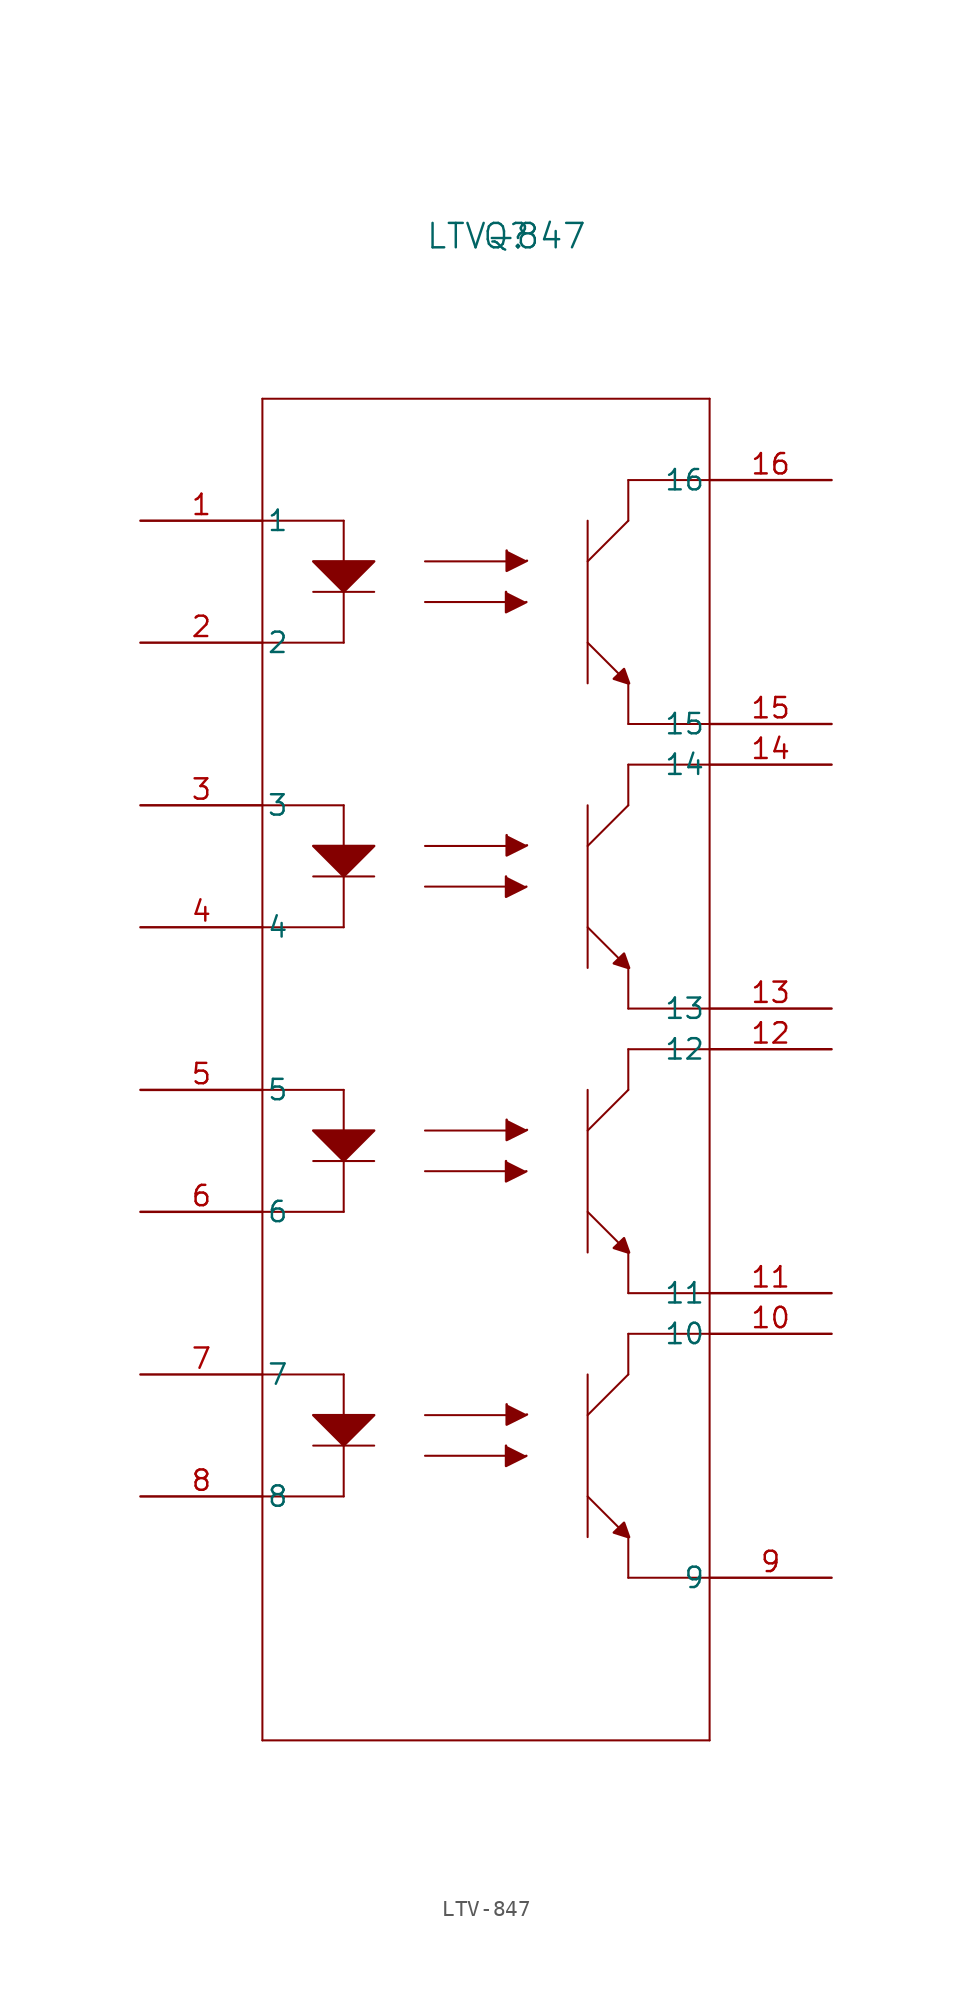
<source format=kicad_sym>
(kicad_symbol_lib
  (version 20211014)
  (generator kicad_symbol_editor)
  (symbol "LTV-847"
    (pin_names
      (offset 0.254))
    (property "Reference" "Q"
      (at 22.86 17.78 0)
      (effects (font (size 1.524 1.524))))
    (property "Value" "LTV-847"
      (at 22.86 17.78 0)
      (effects (font (size 1.524 1.524))))
    (symbol "LTV-847_0_1"
      (polyline (pts (xy 30.48 0) (xy 30.48 2.54)) (stroke (width 0.127) (type default) (color 0 0 0 0)) (fill (type none)))
      (polyline (pts (xy 27.94 -10.16) (xy 27.94 0)) (stroke (width 0.127) (type default) (color 0 0 0 0)) (fill (type none)))
      (polyline (pts (xy 30.48 0) (xy 27.94 -2.54)) (stroke (width 0.127) (type default) (color 0 0 0 0)) (fill (type none)))
      (polyline (pts (xy 7.62 7.62) (xy 7.62 -76.2)) (stroke (width 0.127) (type default) (color 0 0 0 0)) (fill (type none)))
      (polyline (pts (xy 27.94 -7.62) (xy 30.48 -10.16)) (stroke (width 0.127) (type default) (color 0 0 0 0)) (fill (type none)))
      (polyline (pts (xy 7.62 -76.2) (xy 35.56 -76.2)) (stroke (width 0.127) (type default) (color 0 0 0 0)) (fill (type none)))
      (polyline (pts (xy 17.78 -5.08) (xy 22.86 -5.08)) (stroke (width 0.127) (type default) (color 0 0 0 0)) (fill (type none)))
      (polyline (pts (xy 17.78 -2.54) (xy 22.86 -2.54)) (stroke (width 0.127) (type default) (color 0 0 0 0)) (fill (type none)))
      (polyline (pts (xy 35.56 -12.7) (xy 30.48 -12.7)) (stroke (width 0.127) (type default) (color 0 0 0 0)) (fill (type none)))
      (polyline (pts (xy 35.56 -76.2) (xy 35.56 7.62)) (stroke (width 0.127) (type default) (color 0 0 0 0)) (fill (type none)))
      (polyline (pts (xy 30.48 2.54) (xy 35.56 2.54)) (stroke (width 0.127) (type default) (color 0 0 0 0)) (fill (type none)))
      (polyline (pts (xy 35.56 7.62) (xy 7.62 7.62)) (stroke (width 0.127) (type default) (color 0 0 0 0)) (fill (type none)))
      (polyline (pts (xy 12.7 0) (xy 12.7 -7.62)) (stroke (width 0.127) (type default) (color 0 0 0 0)) (fill (type none)))
      (polyline (pts (xy 10.795 -4.445) (xy 14.605 -4.445)) (stroke (width 0.127) (type default) (color 0 0 0 0)) (fill (type none)))
      (polyline (pts (xy 12.7 0) (xy 7.62 0)) (stroke (width 0.127) (type default) (color 0 0 0 0)) (fill (type none)))
      (polyline (pts (xy 12.7 -7.62) (xy 7.62 -7.62)) (stroke (width 0.127) (type default) (color 0 0 0 0)) (fill (type none)))
      (polyline (pts (xy 30.48 -10.16) (xy 30.48 -12.7)) (stroke (width 0.127) (type default) (color 0 0 0 0)) (fill (type none)))
      (polyline (pts (xy 30.442 -10.153) (xy 29.575 -9.877) (xy 30.214 -9.265) (xy 30.531 -10.159)) (stroke (width 0) (type default) (color 0 0 0 0)) (fill (type outline)))
      (polyline (pts (xy 24.15 -2.499) (xy 22.88 -3.134) (xy 22.88 -1.864)) (stroke (width 0) (type default) (color 0 0 0 0)) (fill (type outline)))
      (polyline (pts (xy 24.11 -5.083) (xy 22.84 -5.718) (xy 22.84 -4.448)) (stroke (width 0) (type default) (color 0 0 0 0)) (fill (type outline)))
      (polyline (pts (xy 14.605 -2.54) (xy 10.795 -2.54) (xy 12.7 -4.445) (xy 14.605 -2.54)) (stroke (width 0) (type default) (color 0 0 0 0)) (fill (type outline)))
      (polyline (pts (xy 30.48 -17.78) (xy 30.48 -15.24)) (stroke (width 0.127) (type default) (color 0 0 0 0)) (fill (type none)))
      (polyline (pts (xy 27.94 -27.94) (xy 27.94 -17.78)) (stroke (width 0.127) (type default) (color 0 0 0 0)) (fill (type none)))
      (polyline (pts (xy 30.48 -17.78) (xy 27.94 -20.32)) (stroke (width 0.127) (type default) (color 0 0 0 0)) (fill (type none)))
      (polyline (pts (xy 27.94 -25.4) (xy 30.48 -27.94)) (stroke (width 0.127) (type default) (color 0 0 0 0)) (fill (type none)))
      (polyline (pts (xy 17.78 -22.86) (xy 22.86 -22.86)) (stroke (width 0.127) (type default) (color 0 0 0 0)) (fill (type none)))
      (polyline (pts (xy 17.78 -20.32) (xy 22.86 -20.32)) (stroke (width 0.127) (type default) (color 0 0 0 0)) (fill (type none)))
      (polyline (pts (xy 35.56 -30.48) (xy 30.48 -30.48)) (stroke (width 0.127) (type default) (color 0 0 0 0)) (fill (type none)))
      (polyline (pts (xy 30.48 -15.24) (xy 35.56 -15.24)) (stroke (width 0.127) (type default) (color 0 0 0 0)) (fill (type none)))
      (polyline (pts (xy 12.7 -17.78) (xy 12.7 -25.4)) (stroke (width 0.127) (type default) (color 0 0 0 0)) (fill (type none)))
      (polyline (pts (xy 10.795 -22.225) (xy 14.605 -22.225)) (stroke (width 0.127) (type default) (color 0 0 0 0)) (fill (type none)))
      (polyline (pts (xy 12.7 -17.78) (xy 7.62 -17.78)) (stroke (width 0.127) (type default) (color 0 0 0 0)) (fill (type none)))
      (polyline (pts (xy 12.7 -25.4) (xy 7.62 -25.4)) (stroke (width 0.127) (type default) (color 0 0 0 0)) (fill (type none)))
      (polyline (pts (xy 30.48 -27.94) (xy 30.48 -30.48)) (stroke (width 0.127) (type default) (color 0 0 0 0)) (fill (type none)))
      (polyline (pts (xy 30.442 -27.933) (xy 29.575 -27.657) (xy 30.214 -27.045) (xy 30.531 -27.939)) (stroke (width 0) (type default) (color 0 0 0 0)) (fill (type outline)))
      (polyline (pts (xy 24.15 -20.279) (xy 22.88 -20.914) (xy 22.88 -19.644)) (stroke (width 0) (type default) (color 0 0 0 0)) (fill (type outline)))
      (polyline (pts (xy 24.11 -22.863) (xy 22.84 -23.498) (xy 22.84 -22.228)) (stroke (width 0) (type default) (color 0 0 0 0)) (fill (type outline)))
      (polyline (pts (xy 14.605 -20.32) (xy 10.795 -20.32) (xy 12.7 -22.225) (xy 14.605 -20.32)) (stroke (width 0) (type default) (color 0 0 0 0)) (fill (type outline)))
      (polyline (pts (xy 30.48 -35.56) (xy 30.48 -33.02)) (stroke (width 0.127) (type default) (color 0 0 0 0)) (fill (type none)))
      (polyline (pts (xy 27.94 -45.72) (xy 27.94 -35.56)) (stroke (width 0.127) (type default) (color 0 0 0 0)) (fill (type none)))
      (polyline (pts (xy 30.48 -35.56) (xy 27.94 -38.1)) (stroke (width 0.127) (type default) (color 0 0 0 0)) (fill (type none)))
      (polyline (pts (xy 27.94 -43.18) (xy 30.48 -45.72)) (stroke (width 0.127) (type default) (color 0 0 0 0)) (fill (type none)))
      (polyline (pts (xy 17.78 -40.64) (xy 22.86 -40.64)) (stroke (width 0.127) (type default) (color 0 0 0 0)) (fill (type none)))
      (polyline (pts (xy 17.78 -38.1) (xy 22.86 -38.1)) (stroke (width 0.127) (type default) (color 0 0 0 0)) (fill (type none)))
      (polyline (pts (xy 35.56 -48.26) (xy 30.48 -48.26)) (stroke (width 0.127) (type default) (color 0 0 0 0)) (fill (type none)))
      (polyline (pts (xy 30.48 -33.02) (xy 35.56 -33.02)) (stroke (width 0.127) (type default) (color 0 0 0 0)) (fill (type none)))
      (polyline (pts (xy 12.7 -35.56) (xy 12.7 -43.18)) (stroke (width 0.127) (type default) (color 0 0 0 0)) (fill (type none)))
      (polyline (pts (xy 10.795 -40.005) (xy 14.605 -40.005)) (stroke (width 0.127) (type default) (color 0 0 0 0)) (fill (type none)))
      (polyline (pts (xy 12.7 -35.56) (xy 7.62 -35.56)) (stroke (width 0.127) (type default) (color 0 0 0 0)) (fill (type none)))
      (polyline (pts (xy 12.7 -43.18) (xy 7.62 -43.18)) (stroke (width 0.127) (type default) (color 0 0 0 0)) (fill (type none)))
      (polyline (pts (xy 30.48 -45.72) (xy 30.48 -48.26)) (stroke (width 0.127) (type default) (color 0 0 0 0)) (fill (type none)))
      (polyline (pts (xy 30.48 -53.34) (xy 30.48 -50.8)) (stroke (width 0.127) (type default) (color 0 0 0 0)) (fill (type none)))
      (polyline (pts (xy 27.94 -63.5) (xy 27.94 -53.34)) (stroke (width 0.127) (type default) (color 0 0 0 0)) (fill (type none)))
      (polyline (pts (xy 30.48 -53.34) (xy 27.94 -55.88)) (stroke (width 0.127) (type default) (color 0 0 0 0)) (fill (type none)))
      (polyline (pts (xy 27.94 -60.96) (xy 30.48 -63.5)) (stroke (width 0.127) (type default) (color 0 0 0 0)) (fill (type none)))
      (polyline (pts (xy 17.78 -58.42) (xy 22.86 -58.42)) (stroke (width 0.127) (type default) (color 0 0 0 0)) (fill (type none)))
      (polyline (pts (xy 17.78 -55.88) (xy 22.86 -55.88)) (stroke (width 0.127) (type default) (color 0 0 0 0)) (fill (type none)))
      (polyline (pts (xy 35.56 -66.04) (xy 30.48 -66.04)) (stroke (width 0.127) (type default) (color 0 0 0 0)) (fill (type none)))
      (polyline (pts (xy 30.48 -50.8) (xy 35.56 -50.8)) (stroke (width 0.127) (type default) (color 0 0 0 0)) (fill (type none)))
      (polyline (pts (xy 12.7 -53.34) (xy 12.7 -60.96)) (stroke (width 0.127) (type default) (color 0 0 0 0)) (fill (type none)))
      (polyline (pts (xy 10.795 -57.785) (xy 14.605 -57.785)) (stroke (width 0.127) (type default) (color 0 0 0 0)) (fill (type none)))
      (polyline (pts (xy 12.7 -53.34) (xy 7.62 -53.34)) (stroke (width 0.127) (type default) (color 0 0 0 0)) (fill (type none)))
      (polyline (pts (xy 12.7 -60.96) (xy 7.62 -60.96)) (stroke (width 0.127) (type default) (color 0 0 0 0)) (fill (type none)))
      (polyline (pts (xy 30.48 -63.5) (xy 30.48 -66.04)) (stroke (width 0.127) (type default) (color 0 0 0 0)) (fill (type none)))
      (polyline (pts (xy 30.442 -45.713) (xy 29.575 -45.437) (xy 30.214 -44.825) (xy 30.531 -45.719)) (stroke (width 0) (type default) (color 0 0 0 0)) (fill (type outline)))
      (polyline (pts (xy 24.15 -38.059) (xy 22.88 -38.694) (xy 22.88 -37.424)) (stroke (width 0) (type default) (color 0 0 0 0)) (fill (type outline)))
      (polyline (pts (xy 24.11 -40.643) (xy 22.84 -41.278) (xy 22.84 -40.008)) (stroke (width 0) (type default) (color 0 0 0 0)) (fill (type outline)))
      (polyline (pts (xy 14.605 -38.1) (xy 10.795 -38.1) (xy 12.7 -40.005) (xy 14.605 -38.1)) (stroke (width 0) (type default) (color 0 0 0 0)) (fill (type outline)))
      (polyline (pts (xy 30.442 -63.493) (xy 29.575 -63.217) (xy 30.214 -62.605) (xy 30.531 -63.499)) (stroke (width 0) (type default) (color 0 0 0 0)) (fill (type outline)))
      (polyline (pts (xy 24.15 -55.839) (xy 22.88 -56.474) (xy 22.88 -55.204)) (stroke (width 0) (type default) (color 0 0 0 0)) (fill (type outline)))
      (polyline (pts (xy 24.11 -58.423) (xy 22.84 -59.058) (xy 22.84 -57.788)) (stroke (width 0) (type default) (color 0 0 0 0)) (fill (type outline)))
      (polyline (pts (xy 14.605 -55.88) (xy 10.795 -55.88) (xy 12.7 -57.785) (xy 14.605 -55.88)) (stroke (width 0) (type default) (color 0 0 0 0)) (fill (type outline)))
      (pin unspecified line (at 0 0 0) (length 7.62) (name "1" (effects (font (size 1.27 1.27)))) (number "1" (effects (font (size 1.27 1.27)))))
      (pin unspecified line (at 0 -7.62 0) (length 7.62) (name "2" (effects (font (size 1.27 1.27)))) (number "2" (effects (font (size 1.27 1.27)))))
      (pin unspecified line (at 0 -17.78 0) (length 7.62) (name "3" (effects (font (size 1.27 1.27)))) (number "3" (effects (font (size 1.27 1.27)))))
      (pin unspecified line (at 0 -25.4 0) (length 7.62) (name "4" (effects (font (size 1.27 1.27)))) (number "4" (effects (font (size 1.27 1.27)))))
      (pin unspecified line (at 0 -35.56 0) (length 7.62) (name "5" (effects (font (size 1.27 1.27)))) (number "5" (effects (font (size 1.27 1.27)))))
      (pin unspecified line (at 0 -43.18 0) (length 7.62) (name "6" (effects (font (size 1.27 1.27)))) (number "6" (effects (font (size 1.27 1.27)))))
      (pin unspecified line (at 0 -53.34 0) (length 7.62) (name "7" (effects (font (size 1.27 1.27)))) (number "7" (effects (font (size 1.27 1.27)))))
      (pin unspecified line (at 0 -60.96 0) (length 7.62) (name "8" (effects (font (size 1.27 1.27)))) (number "8" (effects (font (size 1.27 1.27)))))
      (pin unspecified line (at 43.18 -66.04 180) (length 7.62) (name "9" (effects (font (size 1.27 1.27)))) (number "9" (effects (font (size 1.27 1.27)))))
      (pin unspecified line (at 43.18 -50.8 180) (length 7.62) (name "10" (effects (font (size 1.27 1.27)))) (number "10" (effects (font (size 1.27 1.27)))))
      (pin unspecified line (at 43.18 -48.26 180) (length 7.62) (name "11" (effects (font (size 1.27 1.27)))) (number "11" (effects (font (size 1.27 1.27)))))
      (pin unspecified line (at 43.18 -33.02 180) (length 7.62) (name "12" (effects (font (size 1.27 1.27)))) (number "12" (effects (font (size 1.27 1.27)))))
      (pin unspecified line (at 43.18 -30.48 180) (length 7.62) (name "13" (effects (font (size 1.27 1.27)))) (number "13" (effects (font (size 1.27 1.27)))))
      (pin unspecified line (at 43.18 -15.24 180) (length 7.62) (name "14" (effects (font (size 1.27 1.27)))) (number "14" (effects (font (size 1.27 1.27)))))
      (pin unspecified line (at 43.18 -12.7 180) (length 7.62) (name "15" (effects (font (size 1.27 1.27)))) (number "15" (effects (font (size 1.27 1.27)))))
      (pin unspecified line (at 43.18 2.54 180) (length 7.62) (name "16" (effects (font (size 1.27 1.27)))) (number "16" (effects (font (size 1.27 1.27))))))))
</source>
